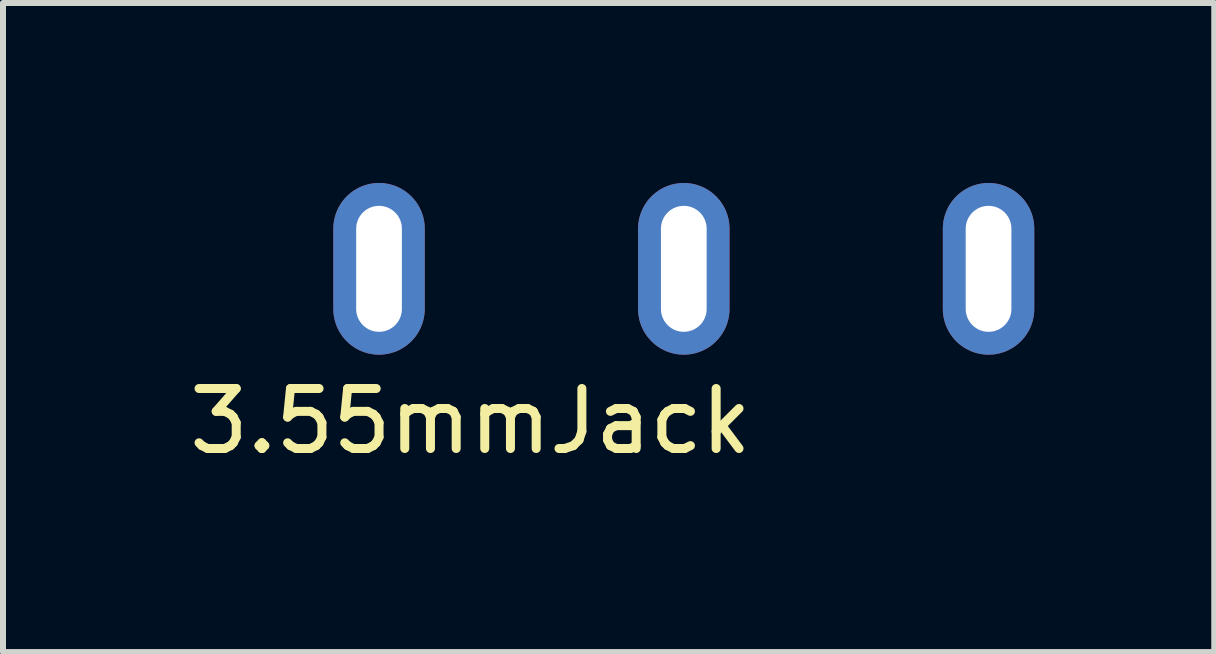
<source format=kicad_pcb>
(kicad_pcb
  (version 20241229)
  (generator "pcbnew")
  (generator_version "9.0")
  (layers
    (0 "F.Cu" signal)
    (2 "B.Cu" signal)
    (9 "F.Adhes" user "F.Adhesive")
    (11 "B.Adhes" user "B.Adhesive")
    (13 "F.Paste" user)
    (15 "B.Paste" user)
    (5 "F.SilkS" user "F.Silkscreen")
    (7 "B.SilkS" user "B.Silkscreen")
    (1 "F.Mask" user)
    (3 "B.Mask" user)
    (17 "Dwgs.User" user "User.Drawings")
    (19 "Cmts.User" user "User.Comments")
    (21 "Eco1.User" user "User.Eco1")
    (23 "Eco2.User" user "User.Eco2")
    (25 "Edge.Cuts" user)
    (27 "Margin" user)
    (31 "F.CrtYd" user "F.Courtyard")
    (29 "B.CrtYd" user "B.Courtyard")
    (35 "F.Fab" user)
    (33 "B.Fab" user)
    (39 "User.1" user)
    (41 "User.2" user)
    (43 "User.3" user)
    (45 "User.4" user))
  (footprint "3.55mmJack"
    (layer "F.Cu")
    (at 8.348 1.431)
    (property "Reference" "3.55mmJack" (at -3.556 2.54 0) (layer "F.SilkS") (effects (font (size 1 1) (thickness 0.15))))
    (attr through_hole)
    (pad "R" thru_hole oval (at 5.08 0) (size 1.524 2.862) (drill oval 0.762 2.1) (layers "*.Cu" "*.Mask"))
    (pad "S" thru_hole oval (at -5.08 0) (size 1.524 2.862) (drill oval 0.762 2.1) (layers "*.Cu" "*.Mask"))
    (pad "T" thru_hole oval (at 0 0) (size 1.524 2.862) (drill oval 0.762 2.1) (layers "*.Cu" "*.Mask")))
  (gr_rect
    (start -3 -3)
    (end 17.19 7.819)
    (stroke (width 0.1) (type default))
    (fill no)
    (layer "Edge.Cuts")))
</source>
